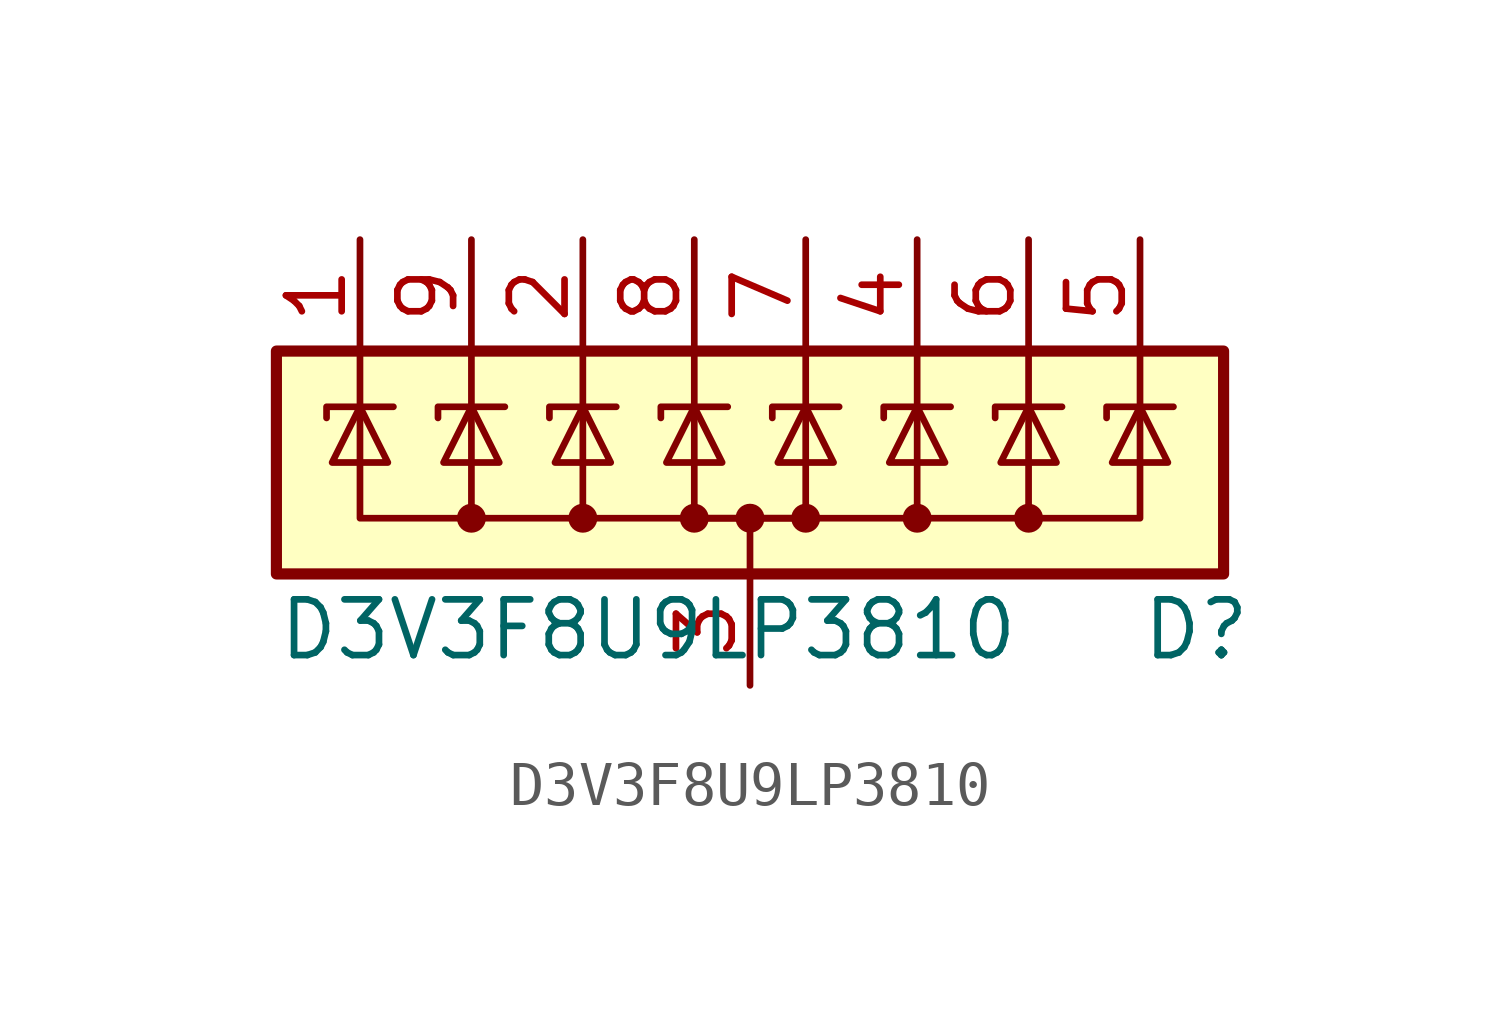
<source format=kicad_sym>
(kicad_symbol_lib
  (version 20201005)
  (generator kicad_symbol_editor)
  (symbol "D3V3F8U9LP3810"
    (pin_names hide)
    (property "Reference" "D"
      (at 8.89 -3.81 0)
      (effects (font (size 1.27 1.27)) (justify left)))
    (property "Value" "D3V3F8U9LP3810"
      (at -10.795 -3.81 0)
      (effects (font (size 1.27 1.27)) (justify left)))
    (symbol "D3V3F8U9LP3810_0_1"
      (circle (center -6.35 -1.27) (radius 0.254) (stroke (width 0)) (fill (type outline)))
      (circle (center -1.27 -1.27) (radius 0.254) (stroke (width 0)) (fill (type outline)))
      (rectangle (start -10.795 2.54) (end 10.795 -2.54) (stroke (width 0.254)) (fill (type background)))
      (polyline (pts (xy -8.89 2.54) (xy -8.89 1.27)) (stroke (width 0)) (fill (type none)))
      (polyline (pts (xy 0 -1.27) (xy 0 -2.54)) (stroke (width 0)) (fill (type none)))
      (polyline (pts (xy 8.89 2.54) (xy 8.89 1.27)) (stroke (width 0)) (fill (type none)))
      (polyline (pts (xy -8.89 1.27) (xy -8.89 -1.27) (xy -6.35 -1.27)) (stroke (width 0)) (fill (type none)))
      (polyline (pts (xy 8.89 1.27) (xy 8.89 -1.27) (xy 6.35 -1.27)) (stroke (width 0)) (fill (type none)))
      (polyline (pts (xy -9.652 1.016) (xy -9.652 1.27) (xy -8.255 1.27) (xy -8.128 1.27)) (stroke (width 0)) (fill (type none)))
      (polyline (pts (xy -8.89 1.27) (xy -8.255 0) (xy -9.525 0) (xy -8.89 1.27)) (stroke (width 0)) (fill (type none)))
      (polyline (pts (xy 8.128 1.016) (xy 8.128 1.27) (xy 9.525 1.27) (xy 9.652 1.27)) (stroke (width 0)) (fill (type none)))
      (polyline (pts (xy 8.89 1.27) (xy 8.255 0) (xy 9.525 0) (xy 8.89 1.27)) (stroke (width 0)) (fill (type none))))
    (symbol "D3V3F8U9LP3810_1_1"
      (circle (center -3.81 -1.27) (radius 0.254) (stroke (width 0)) (fill (type outline)))
      (circle (center 0 -1.27) (radius 0.254) (stroke (width 0)) (fill (type outline)))
      (circle (center 1.27 -1.27) (radius 0.254) (stroke (width 0)) (fill (type outline)))
      (circle (center 3.81 -1.27) (radius 0.254) (stroke (width 0)) (fill (type outline)))
      (circle (center 6.35 -1.27) (radius 0.254) (stroke (width 0)) (fill (type outline)))
      (polyline (pts (xy -6.35 2.54) (xy -6.35 1.27)) (stroke (width 0)) (fill (type none)))
      (polyline (pts (xy -3.81 2.54) (xy -3.81 1.27)) (stroke (width 0)) (fill (type none)))
      (polyline (pts (xy -1.27 2.54) (xy -1.27 1.27)) (stroke (width 0)) (fill (type none)))
      (polyline (pts (xy 1.27 2.54) (xy 1.27 1.27)) (stroke (width 0)) (fill (type none)))
      (polyline (pts (xy 3.81 2.54) (xy 3.81 1.27)) (stroke (width 0)) (fill (type none)))
      (polyline (pts (xy 6.35 2.54) (xy 6.35 1.27)) (stroke (width 0)) (fill (type none)))
      (polyline (pts (xy -6.35 1.27) (xy -6.35 -1.27) (xy -3.81 -1.27)) (stroke (width 0)) (fill (type none)))
      (polyline (pts (xy -3.81 1.27) (xy -3.81 -1.27) (xy -1.27 -1.27)) (stroke (width 0)) (fill (type none)))
      (polyline (pts (xy -1.27 1.27) (xy -1.27 -1.27) (xy 1.27 -1.27)) (stroke (width 0)) (fill (type none)))
      (polyline (pts (xy 1.27 1.27) (xy 1.27 -1.27) (xy -1.27 -1.27)) (stroke (width 0)) (fill (type none)))
      (polyline (pts (xy 3.81 1.27) (xy 3.81 -1.27) (xy 1.27 -1.27)) (stroke (width 0)) (fill (type none)))
      (polyline (pts (xy 6.35 1.27) (xy 6.35 -1.27) (xy 3.81 -1.27)) (stroke (width 0)) (fill (type none)))
      (polyline (pts (xy -7.112 1.016) (xy -7.112 1.27) (xy -5.715 1.27) (xy -5.588 1.27)) (stroke (width 0)) (fill (type none)))
      (polyline (pts (xy -6.35 1.27) (xy -5.715 0) (xy -6.985 0) (xy -6.35 1.27)) (stroke (width 0)) (fill (type none)))
      (polyline (pts (xy -4.572 1.016) (xy -4.572 1.27) (xy -3.175 1.27) (xy -3.048 1.27)) (stroke (width 0)) (fill (type none)))
      (polyline (pts (xy -3.81 1.27) (xy -3.175 0) (xy -4.445 0) (xy -3.81 1.27)) (stroke (width 0)) (fill (type none)))
      (polyline (pts (xy -2.032 1.016) (xy -2.032 1.27) (xy -0.635 1.27) (xy -0.508 1.27)) (stroke (width 0)) (fill (type none)))
      (polyline (pts (xy -1.27 1.27) (xy -0.635 0) (xy -1.905 0) (xy -1.27 1.27)) (stroke (width 0)) (fill (type none)))
      (polyline (pts (xy 0.508 1.016) (xy 0.508 1.27) (xy 1.905 1.27) (xy 2.032 1.27)) (stroke (width 0)) (fill (type none)))
      (polyline (pts (xy 1.27 1.27) (xy 0.635 0) (xy 1.905 0) (xy 1.27 1.27)) (stroke (width 0)) (fill (type none)))
      (polyline (pts (xy 3.048 1.016) (xy 3.048 1.27) (xy 4.445 1.27) (xy 4.572 1.27)) (stroke (width 0)) (fill (type none)))
      (polyline (pts (xy 3.81 1.27) (xy 3.175 0) (xy 4.445 0) (xy 3.81 1.27)) (stroke (width 0)) (fill (type none)))
      (polyline (pts (xy 5.588 1.016) (xy 5.588 1.27) (xy 6.985 1.27) (xy 7.112 1.27)) (stroke (width 0)) (fill (type none)))
      (polyline (pts (xy 6.35 1.27) (xy 5.715 0) (xy 6.985 0) (xy 6.35 1.27)) (stroke (width 0)) (fill (type none)))
      (pin passive line (at -8.89 5.08 270) (length 2.54) (name "Line-1" (effects (font (size 1.27 1.27)))) (number "1" (effects (font (size 1.27 1.27)))))
      (pin passive line (at -3.81 5.08 270) (length 2.54) (name "Line-3" (effects (font (size 1.27 1.27)))) (number "2" (effects (font (size 1.27 1.27)))))
      (pin passive line (at 0 -5.08 90) (length 2.54) (name "GND" (effects (font (size 1.27 1.27)))) (number "3" (effects (font (size 1.27 1.27)))))
      (pin passive line (at 3.81 5.08 270) (length 2.54) (name "Line-6" (effects (font (size 1.27 1.27)))) (number "4" (effects (font (size 1.27 1.27)))))
      (pin passive line (at 8.89 5.08 270) (length 2.54) (name "Line-8" (effects (font (size 1.27 1.27)))) (number "5" (effects (font (size 1.27 1.27)))))
      (pin passive line (at 6.35 5.08 270) (length 2.54) (name "Line-7" (effects (font (size 1.27 1.27)))) (number "6" (effects (font (size 1.27 1.27)))))
      (pin passive line (at 1.27 5.08 270) (length 2.54) (name "Line-5" (effects (font (size 1.27 1.27)))) (number "7" (effects (font (size 1.27 1.27)))))
      (pin passive line (at -1.27 5.08 270) (length 2.54) (name "Line-4" (effects (font (size 1.27 1.27)))) (number "8" (effects (font (size 1.27 1.27)))))
      (pin passive line (at -6.35 5.08 270) (length 2.54) (name "Line-2" (effects (font (size 1.27 1.27)))) (number "9" (effects (font (size 1.27 1.27))))))))
</source>
